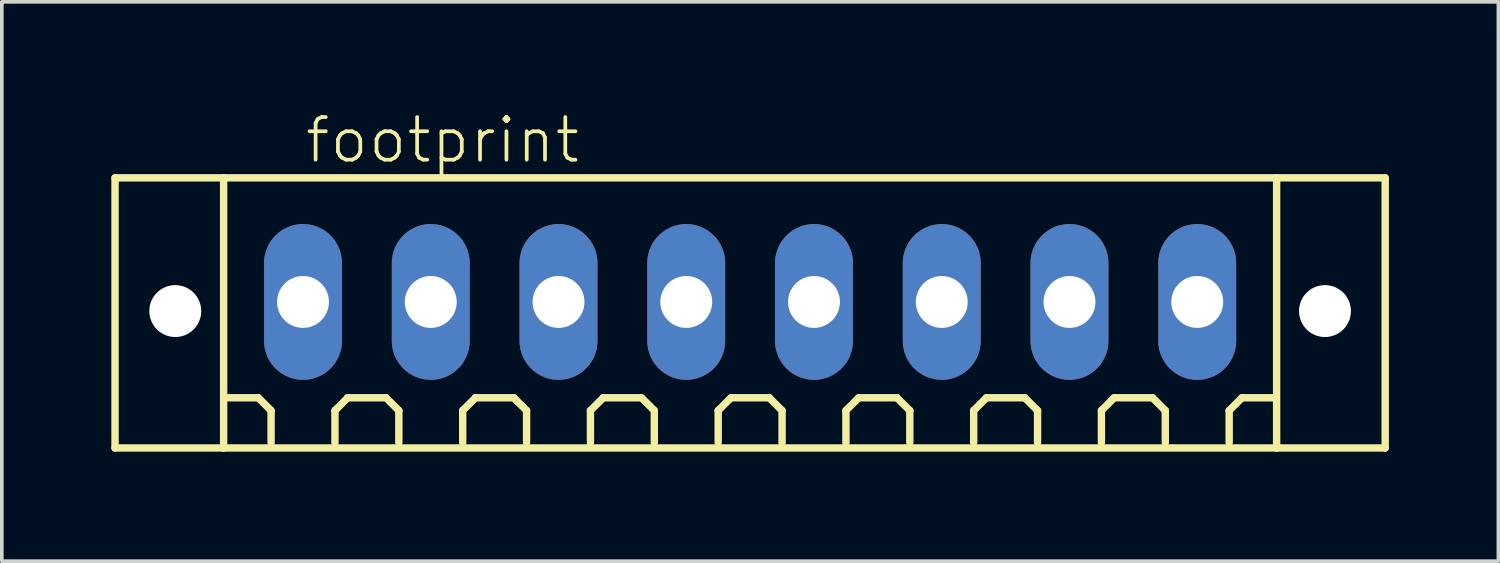
<source format=kicad_pcb>
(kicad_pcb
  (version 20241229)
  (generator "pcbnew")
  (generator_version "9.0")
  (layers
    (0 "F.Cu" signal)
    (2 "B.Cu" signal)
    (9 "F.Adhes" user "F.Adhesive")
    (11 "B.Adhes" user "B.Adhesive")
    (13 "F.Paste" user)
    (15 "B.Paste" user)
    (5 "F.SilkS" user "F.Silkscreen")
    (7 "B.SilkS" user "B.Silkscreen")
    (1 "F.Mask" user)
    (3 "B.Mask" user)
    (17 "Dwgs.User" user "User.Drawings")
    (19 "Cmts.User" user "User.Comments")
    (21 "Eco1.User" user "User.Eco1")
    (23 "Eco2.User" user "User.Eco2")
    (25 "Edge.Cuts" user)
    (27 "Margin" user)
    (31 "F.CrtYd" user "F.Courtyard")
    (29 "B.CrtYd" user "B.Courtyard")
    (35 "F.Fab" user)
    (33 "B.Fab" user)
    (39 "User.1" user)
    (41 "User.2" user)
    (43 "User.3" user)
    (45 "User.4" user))
  (footprint "footprint"
    (layer "F.Cu")
    (at 17.502 5.223)
    (property "Reference" "footprint" (at -12.25 -3.75 0) (layer "F.SilkS") (effects (font (size 1.168 1.168) (thickness 0.102)) (justify left bottom)))
    (fp_line (start -17.4 -3.4) (end -14.425 -3.4) (stroke (width 0.203) (type solid)) (layer "F.SilkS"))
    (fp_line (start -17.4 4) (end -17.4 -3.4) (stroke (width 0.203) (type solid)) (layer "F.SilkS"))
    (fp_line (start -14.425 -3.4) (end 14.425 -3.4) (stroke (width 0.203) (type solid)) (layer "F.SilkS"))
    (fp_line (start -14.425 4) (end -17.4 4) (stroke (width 0.203) (type solid)) (layer "F.SilkS"))
    (fp_line (start -14.425 4) (end -14.425 -3.4) (stroke (width 0.203) (type solid)) (layer "F.SilkS"))
    (fp_line (start -13.475 2.625) (end -14.35 2.625) (stroke (width 0.203) (type solid)) (layer "F.SilkS"))
    (fp_line (start -13.125 2.975) (end -13.475 2.625) (stroke (width 0.203) (type solid)) (layer "F.SilkS"))
    (fp_line (start -13.125 3.85) (end -13.125 2.975) (stroke (width 0.203) (type solid)) (layer "F.SilkS"))
    (fp_line (start -11.375 2.975) (end -11.025 2.625) (stroke (width 0.203) (type solid)) (layer "F.SilkS"))
    (fp_line (start -11.375 3.85) (end -11.375 2.975) (stroke (width 0.203) (type solid)) (layer "F.SilkS"))
    (fp_line (start -11.025 2.625) (end -9.975 2.625) (stroke (width 0.203) (type solid)) (layer "F.SilkS"))
    (fp_line (start -9.975 2.625) (end -9.625 2.975) (stroke (width 0.203) (type solid)) (layer "F.SilkS"))
    (fp_line (start -9.625 2.975) (end -9.625 3.85) (stroke (width 0.203) (type solid)) (layer "F.SilkS"))
    (fp_line (start -7.875 2.975) (end -7.525 2.625) (stroke (width 0.203) (type solid)) (layer "F.SilkS"))
    (fp_line (start -7.875 3.85) (end -7.875 2.975) (stroke (width 0.203) (type solid)) (layer "F.SilkS"))
    (fp_line (start -7.525 2.625) (end -6.475 2.625) (stroke (width 0.203) (type solid)) (layer "F.SilkS"))
    (fp_line (start -6.475 2.625) (end -6.125 2.975) (stroke (width 0.203) (type solid)) (layer "F.SilkS"))
    (fp_line (start -6.125 2.975) (end -6.125 3.85) (stroke (width 0.203) (type solid)) (layer "F.SilkS"))
    (fp_line (start -4.375 2.975) (end -4.025 2.625) (stroke (width 0.203) (type solid)) (layer "F.SilkS"))
    (fp_line (start -4.375 3.85) (end -4.375 2.975) (stroke (width 0.203) (type solid)) (layer "F.SilkS"))
    (fp_line (start -4.025 2.625) (end -2.975 2.625) (stroke (width 0.203) (type solid)) (layer "F.SilkS"))
    (fp_line (start -2.975 2.625) (end -2.625 2.975) (stroke (width 0.203) (type solid)) (layer "F.SilkS"))
    (fp_line (start -2.625 2.975) (end -2.625 3.85) (stroke (width 0.203) (type solid)) (layer "F.SilkS"))
    (fp_line (start -0.875 2.975) (end -0.525 2.625) (stroke (width 0.203) (type solid)) (layer "F.SilkS"))
    (fp_line (start -0.875 3.85) (end -0.875 2.975) (stroke (width 0.203) (type solid)) (layer "F.SilkS"))
    (fp_line (start -0.525 2.625) (end 0.525 2.625) (stroke (width 0.203) (type solid)) (layer "F.SilkS"))
    (fp_line (start 0.525 2.625) (end 0.875 2.975) (stroke (width 0.203) (type solid)) (layer "F.SilkS"))
    (fp_line (start 0.875 2.975) (end 0.875 3.85) (stroke (width 0.203) (type solid)) (layer "F.SilkS"))
    (fp_line (start 2.625 2.975) (end 2.975 2.625) (stroke (width 0.203) (type solid)) (layer "F.SilkS"))
    (fp_line (start 2.625 3.85) (end 2.625 2.975) (stroke (width 0.203) (type solid)) (layer "F.SilkS"))
    (fp_line (start 2.975 2.625) (end 4.025 2.625) (stroke (width 0.203) (type solid)) (layer "F.SilkS"))
    (fp_line (start 4.025 2.625) (end 4.375 2.975) (stroke (width 0.203) (type solid)) (layer "F.SilkS"))
    (fp_line (start 4.375 2.975) (end 4.375 3.85) (stroke (width 0.203) (type solid)) (layer "F.SilkS"))
    (fp_line (start 6.125 2.975) (end 6.475 2.625) (stroke (width 0.203) (type solid)) (layer "F.SilkS"))
    (fp_line (start 6.125 3.85) (end 6.125 2.975) (stroke (width 0.203) (type solid)) (layer "F.SilkS"))
    (fp_line (start 6.475 2.625) (end 7.525 2.625) (stroke (width 0.203) (type solid)) (layer "F.SilkS"))
    (fp_line (start 7.525 2.625) (end 7.875 2.975) (stroke (width 0.203) (type solid)) (layer "F.SilkS"))
    (fp_line (start 7.875 2.975) (end 7.875 3.85) (stroke (width 0.203) (type solid)) (layer "F.SilkS"))
    (fp_line (start 9.625 2.975) (end 9.975 2.625) (stroke (width 0.203) (type solid)) (layer "F.SilkS"))
    (fp_line (start 9.625 3.85) (end 9.625 2.975) (stroke (width 0.203) (type solid)) (layer "F.SilkS"))
    (fp_line (start 9.975 2.625) (end 11.025 2.625) (stroke (width 0.203) (type solid)) (layer "F.SilkS"))
    (fp_line (start 11.025 2.625) (end 11.375 2.975) (stroke (width 0.203) (type solid)) (layer "F.SilkS"))
    (fp_line (start 11.375 2.975) (end 11.375 3.85) (stroke (width 0.203) (type solid)) (layer "F.SilkS"))
    (fp_line (start 13.125 2.975) (end 13.475 2.625) (stroke (width 0.203) (type solid)) (layer "F.SilkS"))
    (fp_line (start 13.125 3.85) (end 13.125 2.975) (stroke (width 0.203) (type solid)) (layer "F.SilkS"))
    (fp_line (start 13.475 2.625) (end 14.35 2.625) (stroke (width 0.203) (type solid)) (layer "F.SilkS"))
    (fp_line (start 14.425 -3.4) (end 14.425 4) (stroke (width 0.203) (type solid)) (layer "F.SilkS"))
    (fp_line (start 14.425 -3.4) (end 17.4 -3.4) (stroke (width 0.203) (type solid)) (layer "F.SilkS"))
    (fp_line (start 14.425 4) (end -14.425 4) (stroke (width 0.203) (type solid)) (layer "F.SilkS"))
    (fp_line (start 17.4 -3.4) (end 17.4 4) (stroke (width 0.203) (type solid)) (layer "F.SilkS"))
    (fp_line (start 17.4 4) (end 14.425 4) (stroke (width 0.203) (type solid)) (layer "F.SilkS"))
    (pad "" np_thru_hole circle (at -15.75 0.25) (size 1.422 1.422) (drill 1.422) (layers "*.Cu" "*.Mask"))
    (pad "" np_thru_hole circle (at 15.75 0.25) (size 1.422 1.422) (drill 1.422) (layers "*.Cu" "*.Mask"))
    (pad "1" thru_hole oval (at -12.25 0 90) (size 4.267 2.134) (drill 1.422) (layers "*.Cu" "*.Mask"))
    (pad "2" thru_hole oval (at -8.75 0 90) (size 4.267 2.134) (drill 1.422) (layers "*.Cu" "*.Mask"))
    (pad "3" thru_hole oval (at -5.25 0 90) (size 4.267 2.134) (drill 1.422) (layers "*.Cu" "*.Mask"))
    (pad "4" thru_hole oval (at -1.75 0 90) (size 4.267 2.134) (drill 1.422) (layers "*.Cu" "*.Mask"))
    (pad "5" thru_hole oval (at 1.75 0 90) (size 4.267 2.134) (drill 1.422) (layers "*.Cu" "*.Mask"))
    (pad "6" thru_hole oval (at 5.25 0 90) (size 4.267 2.134) (drill 1.422) (layers "*.Cu" "*.Mask"))
    (pad "7" thru_hole oval (at 8.75 0 90) (size 4.267 2.134) (drill 1.422) (layers "*.Cu" "*.Mask"))
    (pad "8" thru_hole oval (at 12.25 0 90) (size 4.267 2.134) (drill 1.422) (layers "*.Cu" "*.Mask")))
  (gr_rect
    (start -3 -3)
    (end 38.003 12.325)
    (stroke (width 0.1) (type default))
    (fill no)
    (layer "Edge.Cuts")))
</source>
